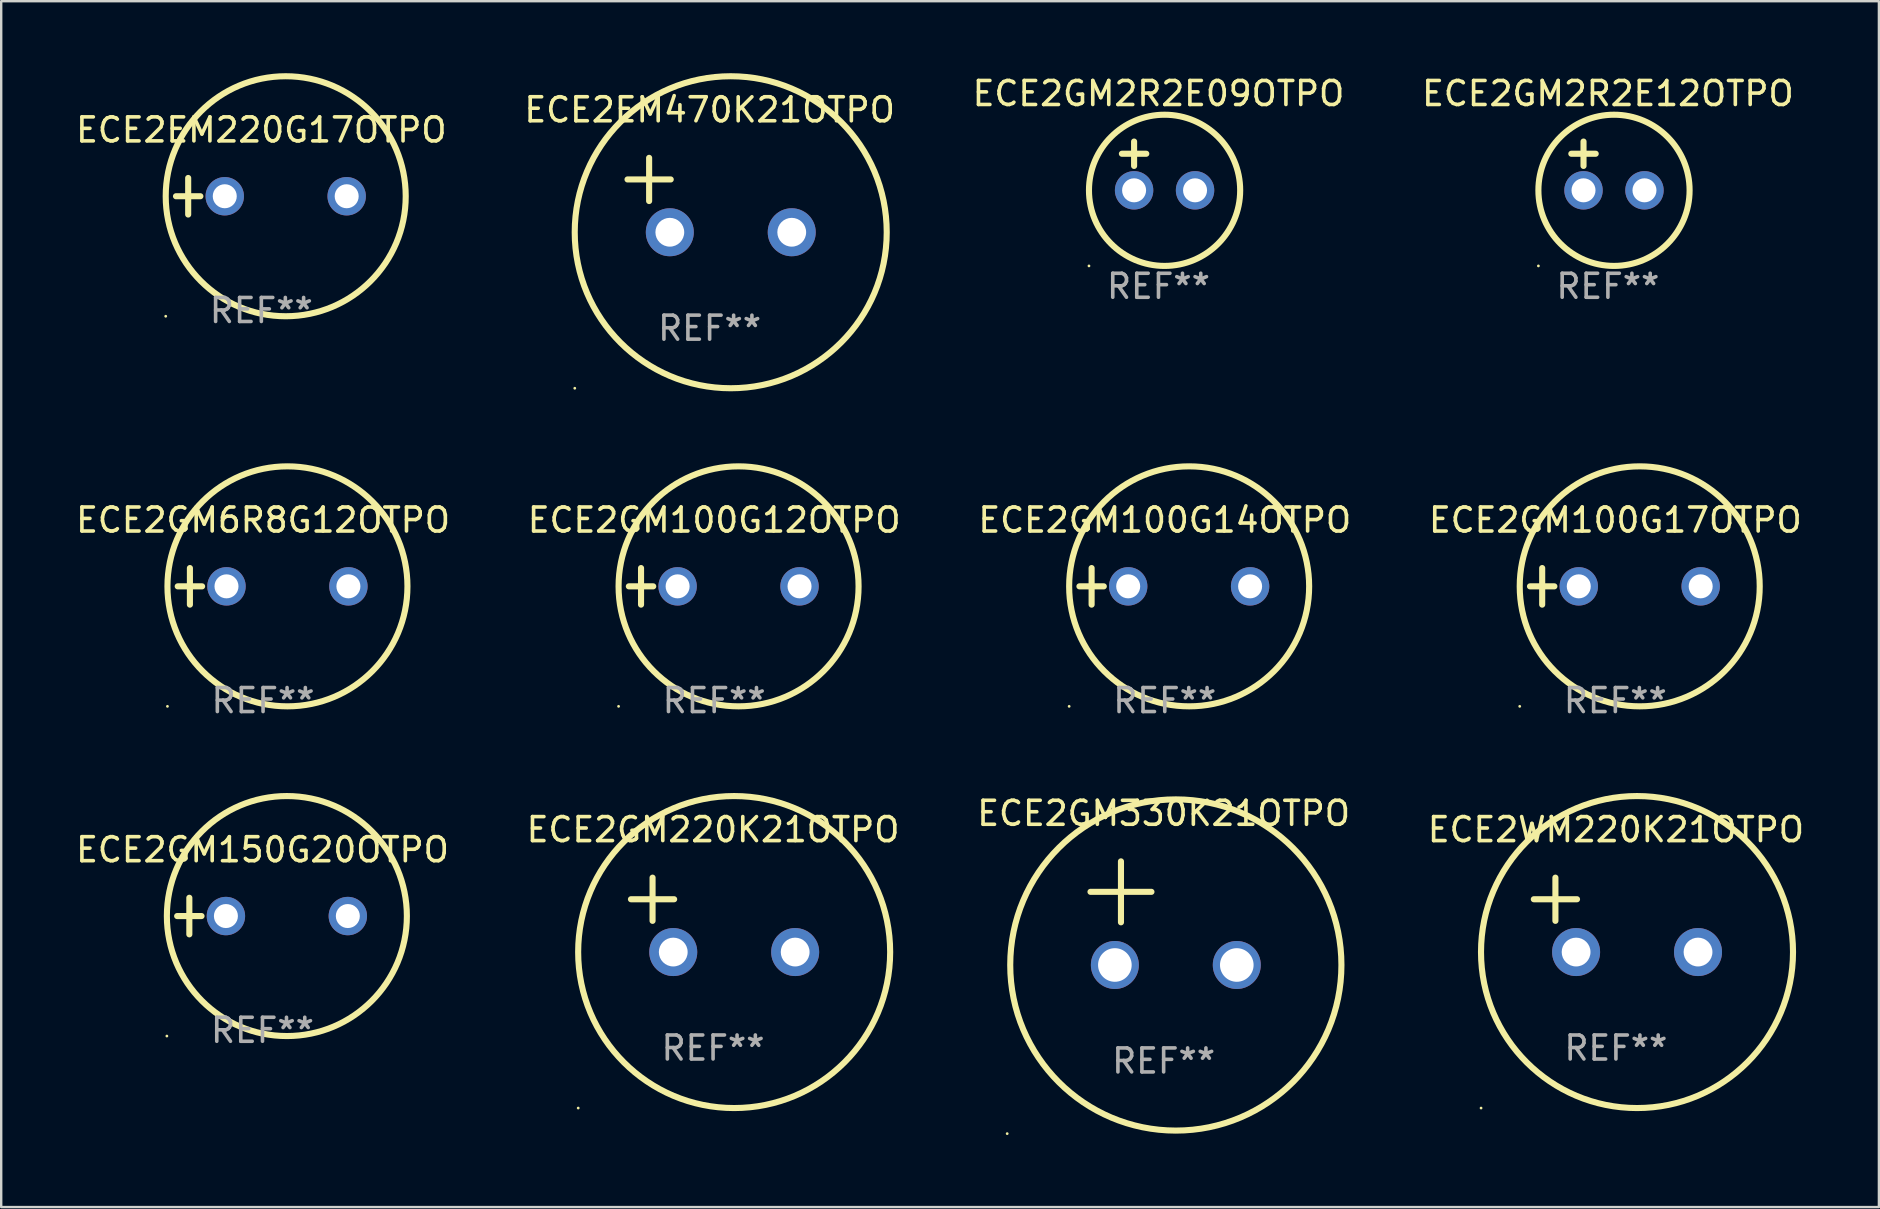
<source format=kicad_pcb>
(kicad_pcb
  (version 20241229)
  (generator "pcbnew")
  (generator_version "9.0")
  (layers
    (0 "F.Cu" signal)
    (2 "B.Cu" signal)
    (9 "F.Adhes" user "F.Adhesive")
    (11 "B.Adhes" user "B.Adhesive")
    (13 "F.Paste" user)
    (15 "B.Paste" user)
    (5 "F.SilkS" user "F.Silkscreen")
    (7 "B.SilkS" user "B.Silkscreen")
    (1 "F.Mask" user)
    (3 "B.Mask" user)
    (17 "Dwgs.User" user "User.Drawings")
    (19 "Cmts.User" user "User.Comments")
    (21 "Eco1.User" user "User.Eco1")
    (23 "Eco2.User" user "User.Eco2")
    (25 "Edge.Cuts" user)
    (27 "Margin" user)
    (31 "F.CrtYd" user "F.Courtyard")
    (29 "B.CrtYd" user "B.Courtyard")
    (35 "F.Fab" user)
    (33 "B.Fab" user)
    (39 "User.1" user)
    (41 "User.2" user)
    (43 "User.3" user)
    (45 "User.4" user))
  (footprint "ECE2GM100G12OTPO"
    (layer "F.Cu")
    (at 26.708 21.381)
    (property "Reference" "ECE2GM100G12OTPO" (at 0 -2.762 0) (layer "F.SilkS") (effects (font (size 1 1) (thickness 0.15))))
    (attr through_hole)
    (fp_line (start -3.556 0) (end -2.54 0) (stroke (width 0.254) (type solid)) (layer "F.SilkS"))
    (fp_line (start -3.048 -0.762) (end -3.048 0.762) (stroke (width 0.254) (type solid)) (layer "F.SilkS"))
    (fp_circle (center -3.984 5) (end -3.954 5) (stroke (width 0.06) (type solid)) (fill no) (layer "F.SilkS"))
    (fp_circle (center 1.016 0) (end 6.016 0) (stroke (width 0.254) (type solid)) (fill no) (layer "F.SilkS"))
    (fp_text user "REF**" (at 0 4.762 0) (layer "F.Fab") (effects (font (size 1 1) (thickness 0.15))))
    (pad "1" thru_hole circle (at -1.524 0) (size 1.6 1.6) (drill 1) (layers "*.Cu" "*.Mask"))
    (pad "2" thru_hole circle (at 3.556 0) (size 1.6 1.6) (drill 1) (layers "*.Cu" "*.Mask")))
  (footprint "ECE2GM6R8G12OTPO"
    (layer "F.Cu")
    (at 7.911 21.381)
    (property "Reference" "ECE2GM6R8G12OTPO" (at 0 -2.762 0) (layer "F.SilkS") (effects (font (size 1 1) (thickness 0.15))))
    (attr through_hole)
    (fp_line (start -3.556 0) (end -2.54 0) (stroke (width 0.254) (type solid)) (layer "F.SilkS"))
    (fp_line (start -3.048 -0.762) (end -3.048 0.762) (stroke (width 0.254) (type solid)) (layer "F.SilkS"))
    (fp_circle (center -3.984 5) (end -3.954 5) (stroke (width 0.06) (type solid)) (fill no) (layer "F.SilkS"))
    (fp_circle (center 1.016 0) (end 6.016 0) (stroke (width 0.254) (type solid)) (fill no) (layer "F.SilkS"))
    (fp_text user "REF**" (at 0 4.762 0) (layer "F.Fab") (effects (font (size 1 1) (thickness 0.15))))
    (pad "1" thru_hole circle (at -1.524 0) (size 1.6 1.6) (drill 1) (layers "*.Cu" "*.Mask"))
    (pad "2" thru_hole circle (at 3.556 0) (size 1.6 1.6) (drill 1) (layers "*.Cu" "*.Mask")))
  (footprint "ECE2GM150G20OTPO"
    (layer "F.Cu")
    (at 7.887 35.119)
    (property "Reference" "ECE2GM150G20OTPO" (at 0 -2.762 0) (layer "F.SilkS") (effects (font (size 1 1) (thickness 0.15))))
    (attr through_hole)
    (fp_line (start -3.556 0) (end -2.54 0) (stroke (width 0.254) (type solid)) (layer "F.SilkS"))
    (fp_line (start -3.048 -0.762) (end -3.048 0.762) (stroke (width 0.254) (type solid)) (layer "F.SilkS"))
    (fp_circle (center -3.984 5) (end -3.954 5) (stroke (width 0.06) (type solid)) (fill no) (layer "F.SilkS"))
    (fp_circle (center 1.016 0) (end 6.016 0) (stroke (width 0.254) (type solid)) (fill no) (layer "F.SilkS"))
    (fp_text user "REF**" (at 0 4.762 0) (layer "F.Fab") (effects (font (size 1 1) (thickness 0.15))))
    (pad "1" thru_hole circle (at -1.524 0) (size 1.6 1.6) (drill 1) (layers "*.Cu" "*.Mask"))
    (pad "2" thru_hole circle (at 3.556 0) (size 1.6 1.6) (drill 1) (layers "*.Cu" "*.Mask")))
  (footprint "ECE2GM2R2E12OTPO"
    (layer "F.Cu")
    (at 63.946 3.864)
    (property "Reference" "ECE2GM2R2E12OTPO" (at 0 -3.016 0) (layer "F.SilkS") (effects (font (size 1 1) (thickness 0.15))))
    (attr through_hole)
    (fp_line (start -1.524 -0.508) (end -0.508 -0.508) (stroke (width 0.254) (type solid)) (layer "F.SilkS"))
    (fp_line (start -1.016 -1.016) (end -1.016 0) (stroke (width 0.254) (type solid)) (layer "F.SilkS"))
    (fp_circle (center -2.896 4.166) (end -2.866 4.166) (stroke (width 0.06) (type solid)) (fill no) (layer "F.SilkS"))
    (fp_circle (center 0.254 1.016) (end 3.404 1.016) (stroke (width 0.254) (type solid)) (fill no) (layer "F.SilkS"))
    (fp_text user "REF**" (at 0 5.016 0) (layer "F.Fab") (effects (font (size 1 1) (thickness 0.15))))
    (pad "1" thru_hole circle (at -1.016 1.016) (size 1.6 1.6) (drill 1) (layers "*.Cu" "*.Mask"))
    (pad "2" thru_hole circle (at 1.524 1.016) (size 1.6 1.6) (drill 1) (layers "*.Cu" "*.Mask")))
  (footprint "ECE2GM220K21OTPO"
    (layer "F.Cu")
    (at 26.661 35.069)
    (property "Reference" "ECE2GM220K21OTPO" (at 0 -3.55 0) (layer "F.SilkS") (effects (font (size 1 1) (thickness 0.15))))
    (attr through_hole)
    (fp_line (start -3.421 -0.65) (end -1.621 -0.65) (stroke (width 0.254) (type solid)) (layer "F.SilkS"))
    (fp_line (start -2.521 -1.55) (end -2.521 0.25) (stroke (width 0.254) (type solid)) (layer "F.SilkS"))
    (fp_circle (center -5.619 8.05) (end -5.589 8.05) (stroke (width 0.06) (type solid)) (fill no) (layer "F.SilkS"))
    (fp_circle (center 0.879 1.55) (end 7.379 1.55) (stroke (width 0.254) (type solid)) (fill no) (layer "F.SilkS"))
    (fp_text user "REF**" (at 0 5.55 0) (layer "F.Fab") (effects (font (size 1 1) (thickness 0.15))))
    (pad "1" thru_hole circle (at -1.659 1.55) (size 2 2) (drill 1.2) (layers "*.Cu" "*.Mask"))
    (pad "2" thru_hole circle (at 3.421 1.55) (size 2 2) (drill 1.2) (layers "*.Cu" "*.Mask")))
  (footprint "ECE2GM2R2E09OTPO"
    (layer "F.Cu")
    (at 45.22 3.864)
    (property "Reference" "ECE2GM2R2E09OTPO" (at 0 -3.016 0) (layer "F.SilkS") (effects (font (size 1 1) (thickness 0.15))))
    (attr through_hole)
    (fp_line (start -1.524 -0.508) (end -0.508 -0.508) (stroke (width 0.254) (type solid)) (layer "F.SilkS"))
    (fp_line (start -1.016 -1.016) (end -1.016 0) (stroke (width 0.254) (type solid)) (layer "F.SilkS"))
    (fp_circle (center -2.896 4.166) (end -2.866 4.166) (stroke (width 0.06) (type solid)) (fill no) (layer "F.SilkS"))
    (fp_circle (center 0.254 1.016) (end 3.404 1.016) (stroke (width 0.254) (type solid)) (fill no) (layer "F.SilkS"))
    (fp_text user "REF**" (at 0 5.016 0) (layer "F.Fab") (effects (font (size 1 1) (thickness 0.15))))
    (pad "1" thru_hole circle (at -1.016 1.016) (size 1.6 1.6) (drill 1) (layers "*.Cu" "*.Mask"))
    (pad "2" thru_hole circle (at 1.524 1.016) (size 1.6 1.6) (drill 1) (layers "*.Cu" "*.Mask")))
  (footprint "ECE2EM470K21OTPO"
    (layer "F.Cu")
    (at 26.518 5.077)
    (property "Reference" "ECE2EM470K21OTPO" (at 0 -3.55 0) (layer "F.SilkS") (effects (font (size 1 1) (thickness 0.15))))
    (attr through_hole)
    (fp_line (start -3.421 -0.65) (end -1.621 -0.65) (stroke (width 0.254) (type solid)) (layer "F.SilkS"))
    (fp_line (start -2.521 -1.55) (end -2.521 0.25) (stroke (width 0.254) (type solid)) (layer "F.SilkS"))
    (fp_circle (center -5.619 8.05) (end -5.589 8.05) (stroke (width 0.06) (type solid)) (fill no) (layer "F.SilkS"))
    (fp_circle (center 0.879 1.55) (end 7.379 1.55) (stroke (width 0.254) (type solid)) (fill no) (layer "F.SilkS"))
    (fp_text user "REF**" (at 0 5.55 0) (layer "F.Fab") (effects (font (size 1 1) (thickness 0.15))))
    (pad "1" thru_hole circle (at -1.659 1.55) (size 2 2) (drill 1.2) (layers "*.Cu" "*.Mask"))
    (pad "2" thru_hole circle (at 3.421 1.55) (size 2 2) (drill 1.2) (layers "*.Cu" "*.Mask")))
  (footprint "ECE2WM220K21OTPO"
    (layer "F.Cu")
    (at 64.28 35.069)
    (property "Reference" "ECE2WM220K21OTPO" (at 0 -3.55 0) (layer "F.SilkS") (effects (font (size 1 1) (thickness 0.15))))
    (attr through_hole)
    (fp_line (start -3.421 -0.65) (end -1.621 -0.65) (stroke (width 0.254) (type solid)) (layer "F.SilkS"))
    (fp_line (start -2.521 -1.55) (end -2.521 0.25) (stroke (width 0.254) (type solid)) (layer "F.SilkS"))
    (fp_circle (center -5.619 8.05) (end -5.589 8.05) (stroke (width 0.06) (type solid)) (fill no) (layer "F.SilkS"))
    (fp_circle (center 0.879 1.55) (end 7.379 1.55) (stroke (width 0.254) (type solid)) (fill no) (layer "F.SilkS"))
    (fp_text user "REF**" (at 0 5.55 0) (layer "F.Fab") (effects (font (size 1 1) (thickness 0.15))))
    (pad "1" thru_hole circle (at -1.659 1.55) (size 2 2) (drill 1.2) (layers "*.Cu" "*.Mask"))
    (pad "2" thru_hole circle (at 3.421 1.55) (size 2 2) (drill 1.2) (layers "*.Cu" "*.Mask")))
  (footprint "ECE2GM330K21OTPO"
    (layer "F.Cu")
    (at 45.435 34.999)
    (property "Reference" "ECE2GM330K21OTPO" (at 0 -4.159 0) (layer "F.SilkS") (effects (font (size 1 1) (thickness 0.15))))
    (attr through_hole)
    (fp_line (start -3.048 -0.889) (end -0.508 -0.889) (stroke (width 0.254) (type solid)) (layer "F.SilkS"))
    (fp_line (start -1.778 -2.159) (end -1.778 0.381) (stroke (width 0.254) (type solid)) (layer "F.SilkS"))
    (fp_circle (center -6.519 9.186) (end -6.489 9.186) (stroke (width 0.06) (type solid)) (fill no) (layer "F.SilkS"))
    (fp_circle (center 0.508 2.159) (end 7.408 2.159) (stroke (width 0.254) (type solid)) (fill no) (layer "F.SilkS"))
    (fp_text user "REF**" (at 0 6.159 0) (layer "F.Fab") (effects (font (size 1 1) (thickness 0.15))))
    (pad "1" thru_hole circle (at -2.032 2.159) (size 2 2) (drill 1.4) (layers "*.Cu" "*.Mask"))
    (pad "2" thru_hole circle (at 3.048 2.159) (size 2 2) (drill 1.4) (layers "*.Cu" "*.Mask")))
  (footprint "ECE2EM220G17OTPO"
    (layer "F.Cu")
    (at 7.839 5.127)
    (property "Reference" "ECE2EM220G17OTPO" (at 0 -2.762 0) (layer "F.SilkS") (effects (font (size 1 1) (thickness 0.15))))
    (attr through_hole)
    (fp_line (start -3.556 0) (end -2.54 0) (stroke (width 0.254) (type solid)) (layer "F.SilkS"))
    (fp_line (start -3.048 -0.762) (end -3.048 0.762) (stroke (width 0.254) (type solid)) (layer "F.SilkS"))
    (fp_circle (center -3.984 5) (end -3.954 5) (stroke (width 0.06) (type solid)) (fill no) (layer "F.SilkS"))
    (fp_circle (center 1.016 0) (end 6.016 0) (stroke (width 0.254) (type solid)) (fill no) (layer "F.SilkS"))
    (fp_text user "REF**" (at 0 4.762 0) (layer "F.Fab") (effects (font (size 1 1) (thickness 0.15))))
    (pad "1" thru_hole circle (at -1.524 0) (size 1.6 1.6) (drill 1) (layers "*.Cu" "*.Mask"))
    (pad "2" thru_hole circle (at 3.556 0) (size 1.6 1.6) (drill 1) (layers "*.Cu" "*.Mask")))
  (footprint "ECE2GM100G17OTPO"
    (layer "F.Cu")
    (at 64.256 21.381)
    (property "Reference" "ECE2GM100G17OTPO" (at 0 -2.762 0) (layer "F.SilkS") (effects (font (size 1 1) (thickness 0.15))))
    (attr through_hole)
    (fp_line (start -3.556 0) (end -2.54 0) (stroke (width 0.254) (type solid)) (layer "F.SilkS"))
    (fp_line (start -3.048 -0.762) (end -3.048 0.762) (stroke (width 0.254) (type solid)) (layer "F.SilkS"))
    (fp_circle (center -3.984 5) (end -3.954 5) (stroke (width 0.06) (type solid)) (fill no) (layer "F.SilkS"))
    (fp_circle (center 1.016 0) (end 6.016 0) (stroke (width 0.254) (type solid)) (fill no) (layer "F.SilkS"))
    (fp_text user "REF**" (at 0 4.762 0) (layer "F.Fab") (effects (font (size 1 1) (thickness 0.15))))
    (pad "1" thru_hole circle (at -1.524 0) (size 1.6 1.6) (drill 1) (layers "*.Cu" "*.Mask"))
    (pad "2" thru_hole circle (at 3.556 0) (size 1.6 1.6) (drill 1) (layers "*.Cu" "*.Mask")))
  (footprint "ECE2GM100G14OTPO"
    (layer "F.Cu")
    (at 45.482 21.381)
    (property "Reference" "ECE2GM100G14OTPO" (at 0 -2.762 0) (layer "F.SilkS") (effects (font (size 1 1) (thickness 0.15))))
    (attr through_hole)
    (fp_line (start -3.556 0) (end -2.54 0) (stroke (width 0.254) (type solid)) (layer "F.SilkS"))
    (fp_line (start -3.048 -0.762) (end -3.048 0.762) (stroke (width 0.254) (type solid)) (layer "F.SilkS"))
    (fp_circle (center -3.984 5) (end -3.954 5) (stroke (width 0.06) (type solid)) (fill no) (layer "F.SilkS"))
    (fp_circle (center 1.016 0) (end 6.016 0) (stroke (width 0.254) (type solid)) (fill no) (layer "F.SilkS"))
    (fp_text user "REF**" (at 0 4.762 0) (layer "F.Fab") (effects (font (size 1 1) (thickness 0.15))))
    (pad "1" thru_hole circle (at -1.524 0) (size 1.6 1.6) (drill 1) (layers "*.Cu" "*.Mask"))
    (pad "2" thru_hole circle (at 3.556 0) (size 1.6 1.6) (drill 1) (layers "*.Cu" "*.Mask")))
  (gr_rect
    (start -3 -3)
    (end 75.238 47.245)
    (stroke (width 0.1) (type default))
    (fill no)
    (layer "Edge.Cuts")))
</source>
